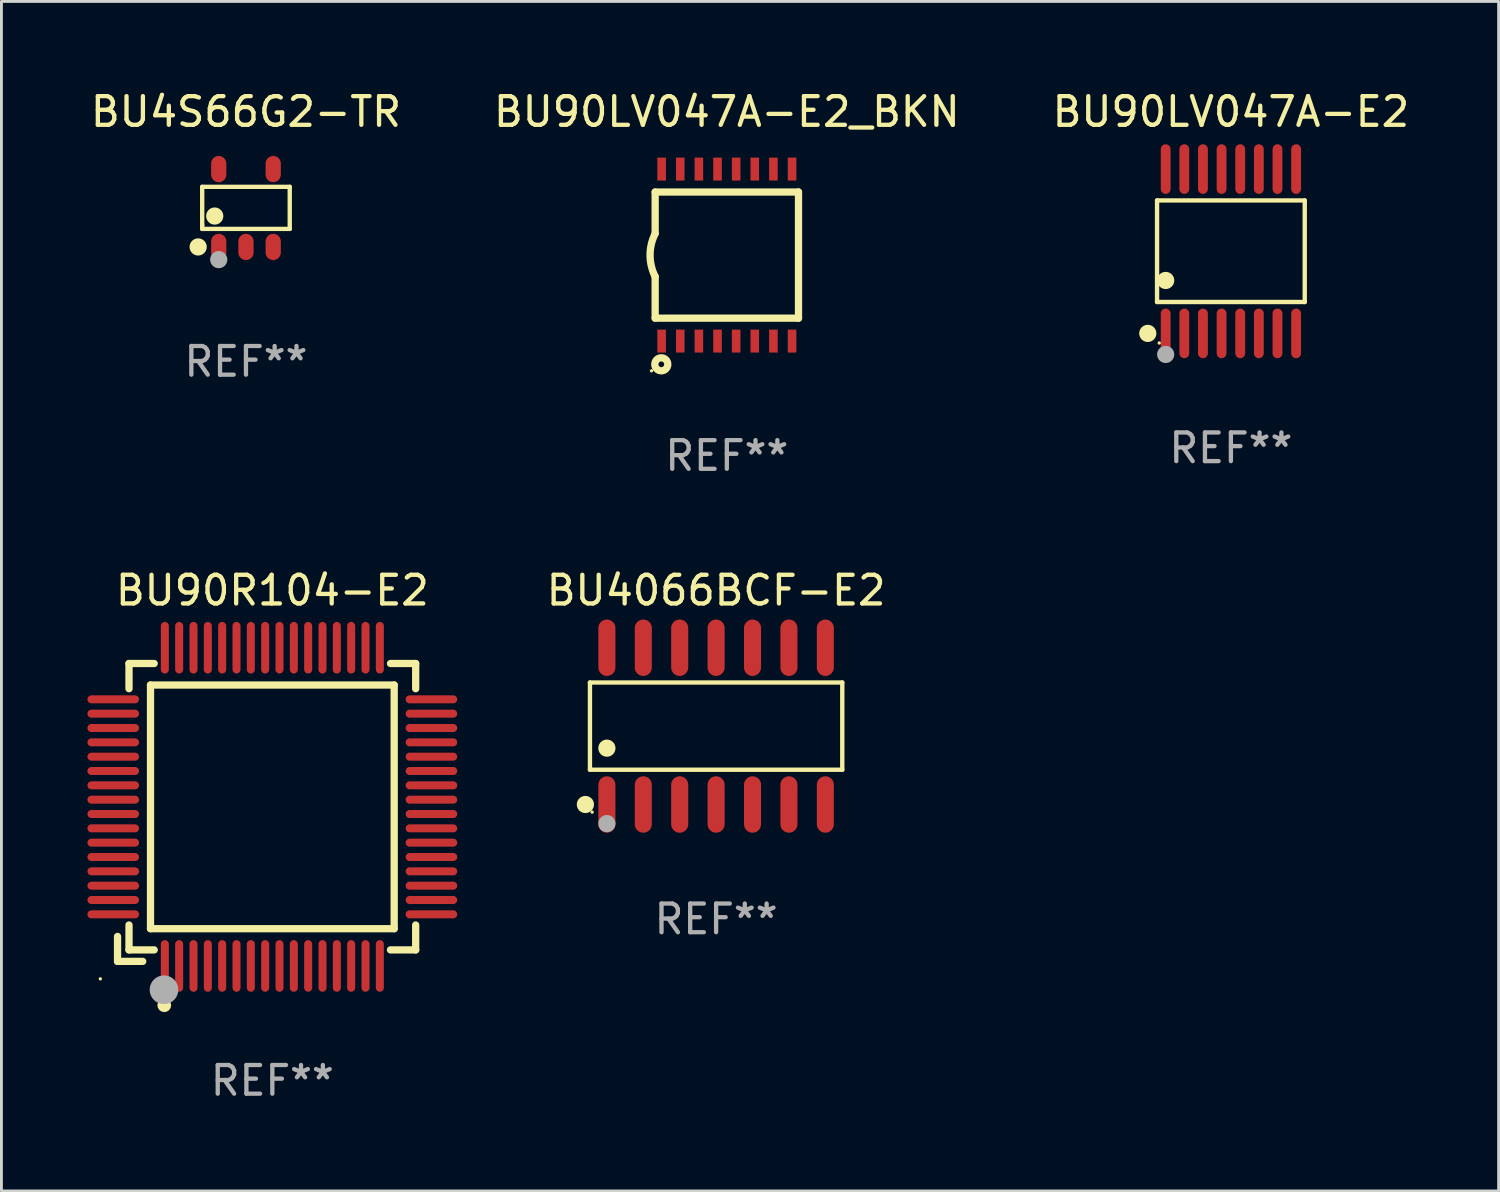
<source format=kicad_pcb>
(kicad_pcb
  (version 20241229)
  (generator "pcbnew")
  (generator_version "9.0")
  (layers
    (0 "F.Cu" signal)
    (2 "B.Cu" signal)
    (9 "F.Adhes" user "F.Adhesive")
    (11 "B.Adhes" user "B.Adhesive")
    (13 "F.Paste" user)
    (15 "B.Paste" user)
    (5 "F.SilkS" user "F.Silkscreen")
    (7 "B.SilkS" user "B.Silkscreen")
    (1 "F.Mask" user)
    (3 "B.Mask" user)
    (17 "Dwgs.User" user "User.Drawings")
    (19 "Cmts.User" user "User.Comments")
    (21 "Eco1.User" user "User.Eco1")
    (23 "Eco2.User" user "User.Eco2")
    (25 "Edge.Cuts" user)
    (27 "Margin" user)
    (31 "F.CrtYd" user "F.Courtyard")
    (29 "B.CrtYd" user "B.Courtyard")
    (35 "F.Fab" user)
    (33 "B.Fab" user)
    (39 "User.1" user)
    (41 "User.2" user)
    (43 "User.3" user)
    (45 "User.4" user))
  (footprint "BU90LV047A-E2"
    (layer "F.Cu")
    (at 39.887 5.714)
    (property "Reference" "BU90LV047A-E2" (at 0 -4.866 0) (layer "F.SilkS") (effects (font (size 1 1) (thickness 0.15))))
    (attr through_hole)
    (fp_line (start -2.576 -1.772) (end 2.576 -1.772) (stroke (width 0.152) (type solid)) (layer "F.SilkS"))
    (fp_line (start -2.576 1.771) (end -2.576 -1.772) (stroke (width 0.152) (type solid)) (layer "F.SilkS"))
    (fp_line (start 2.576 -1.772) (end 2.576 1.771) (stroke (width 0.152) (type solid)) (layer "F.SilkS"))
    (fp_line (start 2.576 1.771) (end -2.576 1.771) (stroke (width 0.152) (type solid)) (layer "F.SilkS"))
    (fp_circle (center -2.899 2.866) (end -2.749 2.866) (stroke (width 0.3) (type solid)) (fill no) (layer "F.SilkS"))
    (fp_circle (center -2.5 3.2) (end -2.47 3.2) (stroke (width 0.06) (type solid)) (fill no) (layer "F.SilkS"))
    (fp_circle (center -2.275 1.019) (end -2.125 1.019) (stroke (width 0.3) (type solid)) (fill no) (layer "F.SilkS"))
    (fp_circle (center -2.275 3.6) (end -2.125 3.6) (stroke (width 0.3) (type solid)) (fill no) (layer "F.Fab"))
    (fp_text user "REF**" (at 0 6.866 0) (layer "F.Fab") (effects (font (size 1 1) (thickness 0.15))))
    (pad "1" smd oval (at -2.275 2.866) (size 0.343 1.731) (layers "F.Cu" "F.Mask" "F.Paste"))
    (pad "2" smd oval (at -1.625 2.866) (size 0.343 1.731) (layers "F.Cu" "F.Mask" "F.Paste"))
    (pad "3" smd oval (at -0.975 2.866) (size 0.343 1.731) (layers "F.Cu" "F.Mask" "F.Paste"))
    (pad "4" smd oval (at -0.325 2.866) (size 0.343 1.731) (layers "F.Cu" "F.Mask" "F.Paste"))
    (pad "5" smd oval (at 0.325 2.866) (size 0.343 1.731) (layers "F.Cu" "F.Mask" "F.Paste"))
    (pad "6" smd oval (at 0.975 2.866) (size 0.343 1.731) (layers "F.Cu" "F.Mask" "F.Paste"))
    (pad "7" smd oval (at 1.625 2.866) (size 0.343 1.731) (layers "F.Cu" "F.Mask" "F.Paste"))
    (pad "8" smd oval (at 2.275 2.866) (size 0.343 1.731) (layers "F.Cu" "F.Mask" "F.Paste"))
    (pad "9" smd oval (at 2.275 -2.866) (size 0.343 1.731) (layers "F.Cu" "F.Mask" "F.Paste"))
    (pad "10" smd oval (at 1.625 -2.866) (size 0.343 1.731) (layers "F.Cu" "F.Mask" "F.Paste"))
    (pad "11" smd oval (at 0.975 -2.866) (size 0.343 1.731) (layers "F.Cu" "F.Mask" "F.Paste"))
    (pad "12" smd oval (at 0.325 -2.866) (size 0.343 1.731) (layers "F.Cu" "F.Mask" "F.Paste"))
    (pad "13" smd oval (at -0.325 -2.866) (size 0.343 1.731) (layers "F.Cu" "F.Mask" "F.Paste"))
    (pad "14" smd oval (at -0.975 -2.866) (size 0.343 1.731) (layers "F.Cu" "F.Mask" "F.Paste"))
    (pad "15" smd oval (at -1.625 -2.866) (size 0.343 1.731) (layers "F.Cu" "F.Mask" "F.Paste"))
    (pad "16" smd oval (at -2.275 -2.866) (size 0.343 1.731) (layers "F.Cu" "F.Mask" "F.Paste")))
  (footprint "BU90R104-E2"
    (layer "F.Cu")
    (at 6.45 25.095)
    (property "Reference" "BU90R104-E2" (at 0 -7.55 0) (layer "F.SilkS") (effects (font (size 1 1) (thickness 0.15))))
    (attr through_hole)
    (fp_line (start -5.4 4.521) (end -5.4 5.39) (stroke (width 0.254) (type solid)) (layer "F.SilkS"))
    (fp_line (start -5.4 5.39) (end -4.521 5.39) (stroke (width 0.254) (type solid)) (layer "F.SilkS"))
    (fp_line (start -5 -5) (end -5 -4.121) (stroke (width 0.254) (type solid)) (layer "F.SilkS"))
    (fp_line (start -5 4.121) (end -5 4.99) (stroke (width 0.254) (type solid)) (layer "F.SilkS"))
    (fp_line (start -5 4.99) (end -4.121 4.99) (stroke (width 0.254) (type solid)) (layer "F.SilkS"))
    (fp_line (start -4.25 -4.25) (end -4.25 4.25) (stroke (width 0.254) (type solid)) (layer "F.SilkS"))
    (fp_line (start -4.25 4.25) (end 4.25 4.25) (stroke (width 0.254) (type solid)) (layer "F.SilkS"))
    (fp_line (start -4.121 -5) (end -5 -5) (stroke (width 0.254) (type solid)) (layer "F.SilkS"))
    (fp_line (start 4.121 4.99) (end 5 4.99) (stroke (width 0.254) (type solid)) (layer "F.SilkS"))
    (fp_line (start 4.25 -4.25) (end -4.25 -4.25) (stroke (width 0.254) (type solid)) (layer "F.SilkS"))
    (fp_line (start 4.25 4.25) (end 4.25 -4.25) (stroke (width 0.254) (type solid)) (layer "F.SilkS"))
    (fp_line (start 5 -5) (end 4.121 -5) (stroke (width 0.254) (type solid)) (layer "F.SilkS"))
    (fp_line (start 5 -4.121) (end 5 -5) (stroke (width 0.254) (type solid)) (layer "F.SilkS"))
    (fp_line (start 5 4.99) (end 5 4.121) (stroke (width 0.254) (type solid)) (layer "F.SilkS"))
    (fp_circle (center -6 6) (end -5.97 6) (stroke (width 0.06) (type solid)) (fill no) (layer "F.SilkS"))
    (fp_circle (center -3.77 6.92) (end -3.65 6.92) (stroke (width 0.24) (type solid)) (fill no) (layer "F.SilkS"))
    (fp_circle (center -3.78 6.38) (end -3.53 6.38) (stroke (width 0.5) (type solid)) (fill no) (layer "F.Fab"))
    (fp_text user "REF**" (at 0 9.55 0) (layer "F.Fab") (effects (font (size 1 1) (thickness 0.15))))
    (pad "1" smd oval (at -3.75 5.55) (size 0.28 1.8) (layers "F.Cu" "F.Mask" "F.Paste"))
    (pad "2" smd oval (at -3.25 5.55) (size 0.28 1.8) (layers "F.Cu" "F.Mask" "F.Paste"))
    (pad "3" smd oval (at -2.75 5.55) (size 0.28 1.8) (layers "F.Cu" "F.Mask" "F.Paste"))
    (pad "4" smd oval (at -2.25 5.55) (size 0.28 1.8) (layers "F.Cu" "F.Mask" "F.Paste"))
    (pad "5" smd oval (at -1.75 5.55) (size 0.28 1.8) (layers "F.Cu" "F.Mask" "F.Paste"))
    (pad "6" smd oval (at -1.25 5.55) (size 0.28 1.8) (layers "F.Cu" "F.Mask" "F.Paste"))
    (pad "7" smd oval (at -0.75 5.55) (size 0.28 1.8) (layers "F.Cu" "F.Mask" "F.Paste"))
    (pad "8" smd oval (at -0.25 5.55) (size 0.28 1.8) (layers "F.Cu" "F.Mask" "F.Paste"))
    (pad "9" smd oval (at 0.25 5.55) (size 0.28 1.8) (layers "F.Cu" "F.Mask" "F.Paste"))
    (pad "10" smd oval (at 0.75 5.55) (size 0.28 1.8) (layers "F.Cu" "F.Mask" "F.Paste"))
    (pad "11" smd oval (at 1.25 5.55) (size 0.28 1.8) (layers "F.Cu" "F.Mask" "F.Paste"))
    (pad "12" smd oval (at 1.75 5.55) (size 0.28 1.8) (layers "F.Cu" "F.Mask" "F.Paste"))
    (pad "13" smd oval (at 2.25 5.55) (size 0.28 1.8) (layers "F.Cu" "F.Mask" "F.Paste"))
    (pad "14" smd oval (at 2.75 5.55) (size 0.28 1.8) (layers "F.Cu" "F.Mask" "F.Paste"))
    (pad "15" smd oval (at 3.25 5.55) (size 0.28 1.8) (layers "F.Cu" "F.Mask" "F.Paste"))
    (pad "16" smd oval (at 3.75 5.55) (size 0.28 1.8) (layers "F.Cu" "F.Mask" "F.Paste"))
    (pad "17" smd oval (at 5.55 3.75) (size 1.8 0.28) (layers "F.Cu" "F.Mask" "F.Paste"))
    (pad "18" smd oval (at 5.55 3.25) (size 1.8 0.28) (layers "F.Cu" "F.Mask" "F.Paste"))
    (pad "19" smd oval (at 5.55 2.75) (size 1.8 0.28) (layers "F.Cu" "F.Mask" "F.Paste"))
    (pad "20" smd oval (at 5.55 2.25) (size 1.8 0.28) (layers "F.Cu" "F.Mask" "F.Paste"))
    (pad "21" smd oval (at 5.55 1.75) (size 1.8 0.28) (layers "F.Cu" "F.Mask" "F.Paste"))
    (pad "22" smd oval (at 5.55 1.25) (size 1.8 0.28) (layers "F.Cu" "F.Mask" "F.Paste"))
    (pad "23" smd oval (at 5.55 0.75) (size 1.8 0.28) (layers "F.Cu" "F.Mask" "F.Paste"))
    (pad "24" smd oval (at 5.55 0.25) (size 1.8 0.28) (layers "F.Cu" "F.Mask" "F.Paste"))
    (pad "25" smd oval (at 5.55 -0.25) (size 1.8 0.28) (layers "F.Cu" "F.Mask" "F.Paste"))
    (pad "26" smd oval (at 5.55 -0.75) (size 1.8 0.28) (layers "F.Cu" "F.Mask" "F.Paste"))
    (pad "27" smd oval (at 5.55 -1.25) (size 1.8 0.28) (layers "F.Cu" "F.Mask" "F.Paste"))
    (pad "28" smd oval (at 5.55 -1.75) (size 1.8 0.28) (layers "F.Cu" "F.Mask" "F.Paste"))
    (pad "29" smd oval (at 5.55 -2.25) (size 1.8 0.28) (layers "F.Cu" "F.Mask" "F.Paste"))
    (pad "30" smd oval (at 5.55 -2.75) (size 1.8 0.28) (layers "F.Cu" "F.Mask" "F.Paste"))
    (pad "31" smd oval (at 5.55 -3.25) (size 1.8 0.28) (layers "F.Cu" "F.Mask" "F.Paste"))
    (pad "32" smd oval (at 5.55 -3.75) (size 1.8 0.28) (layers "F.Cu" "F.Mask" "F.Paste"))
    (pad "33" smd oval (at 3.75 -5.55) (size 0.28 1.8) (layers "F.Cu" "F.Mask" "F.Paste"))
    (pad "34" smd oval (at 3.25 -5.55) (size 0.28 1.8) (layers "F.Cu" "F.Mask" "F.Paste"))
    (pad "35" smd oval (at 2.75 -5.55) (size 0.28 1.8) (layers "F.Cu" "F.Mask" "F.Paste"))
    (pad "36" smd oval (at 2.25 -5.55) (size 0.28 1.8) (layers "F.Cu" "F.Mask" "F.Paste"))
    (pad "37" smd oval (at 1.75 -5.55) (size 0.28 1.8) (layers "F.Cu" "F.Mask" "F.Paste"))
    (pad "38" smd oval (at 1.25 -5.55) (size 0.28 1.8) (layers "F.Cu" "F.Mask" "F.Paste"))
    (pad "39" smd oval (at 0.75 -5.55) (size 0.28 1.8) (layers "F.Cu" "F.Mask" "F.Paste"))
    (pad "40" smd oval (at 0.25 -5.55) (size 0.28 1.8) (layers "F.Cu" "F.Mask" "F.Paste"))
    (pad "41" smd oval (at -0.25 -5.55) (size 0.28 1.8) (layers "F.Cu" "F.Mask" "F.Paste"))
    (pad "42" smd oval (at -0.75 -5.55) (size 0.28 1.8) (layers "F.Cu" "F.Mask" "F.Paste"))
    (pad "43" smd oval (at -1.25 -5.55) (size 0.28 1.8) (layers "F.Cu" "F.Mask" "F.Paste"))
    (pad "44" smd oval (at -1.75 -5.55) (size 0.28 1.8) (layers "F.Cu" "F.Mask" "F.Paste"))
    (pad "45" smd oval (at -2.25 -5.55) (size 0.28 1.8) (layers "F.Cu" "F.Mask" "F.Paste"))
    (pad "46" smd oval (at -2.75 -5.55) (size 0.28 1.8) (layers "F.Cu" "F.Mask" "F.Paste"))
    (pad "47" smd oval (at -3.25 -5.55) (size 0.28 1.8) (layers "F.Cu" "F.Mask" "F.Paste"))
    (pad "48" smd oval (at -3.75 -5.55) (size 0.28 1.8) (layers "F.Cu" "F.Mask" "F.Paste"))
    (pad "49" smd oval (at -5.55 -3.75) (size 1.8 0.28) (layers "F.Cu" "F.Mask" "F.Paste"))
    (pad "50" smd oval (at -5.55 -3.25) (size 1.8 0.28) (layers "F.Cu" "F.Mask" "F.Paste"))
    (pad "51" smd oval (at -5.55 -2.75) (size 1.8 0.28) (layers "F.Cu" "F.Mask" "F.Paste"))
    (pad "52" smd oval (at -5.55 -2.25) (size 1.8 0.28) (layers "F.Cu" "F.Mask" "F.Paste"))
    (pad "53" smd oval (at -5.55 -1.75) (size 1.8 0.28) (layers "F.Cu" "F.Mask" "F.Paste"))
    (pad "54" smd oval (at -5.55 -1.25) (size 1.8 0.28) (layers "F.Cu" "F.Mask" "F.Paste"))
    (pad "55" smd oval (at -5.55 -0.75) (size 1.8 0.28) (layers "F.Cu" "F.Mask" "F.Paste"))
    (pad "56" smd oval (at -5.55 -0.25) (size 1.8 0.28) (layers "F.Cu" "F.Mask" "F.Paste"))
    (pad "57" smd oval (at -5.55 0.25) (size 1.8 0.28) (layers "F.Cu" "F.Mask" "F.Paste"))
    (pad "58" smd oval (at -5.55 0.75) (size 1.8 0.28) (layers "F.Cu" "F.Mask" "F.Paste"))
    (pad "59" smd oval (at -5.55 1.25) (size 1.8 0.28) (layers "F.Cu" "F.Mask" "F.Paste"))
    (pad "60" smd oval (at -5.55 1.75) (size 1.8 0.28) (layers "F.Cu" "F.Mask" "F.Paste"))
    (pad "61" smd oval (at -5.55 2.25) (size 1.8 0.28) (layers "F.Cu" "F.Mask" "F.Paste"))
    (pad "62" smd oval (at -5.55 2.75) (size 1.8 0.28) (layers "F.Cu" "F.Mask" "F.Paste"))
    (pad "63" smd oval (at -5.55 3.25) (size 1.8 0.28) (layers "F.Cu" "F.Mask" "F.Paste"))
    (pad "64" smd oval (at -5.55 3.75) (size 1.8 0.28) (layers "F.Cu" "F.Mask" "F.Paste")))
  (footprint "BU90LV047A-E2_BKN"
    (layer "F.Cu")
    (at 22.304 5.848)
    (property "Reference" "BU90LV047A-E2_BKN" (at 0 -5 0) (layer "F.SilkS") (effects (font (size 1 1) (thickness 0.15))))
    (attr through_hole)
    (fp_line (start -2.5 -2.2) (end -2.5 -0.75) (stroke (width 0.254) (type solid)) (layer "F.SilkS"))
    (fp_line (start -2.5 -2.2) (end 2.5 -2.2) (stroke (width 0.254) (type solid)) (layer "F.SilkS"))
    (fp_line (start -2.5 2.2) (end -2.5 0.75) (stroke (width 0.254) (type solid)) (layer "F.SilkS"))
    (fp_line (start -2.5 2.2) (end 2.5 2.2) (stroke (width 0.254) (type solid)) (layer "F.SilkS"))
    (fp_line (start 2.5 -2.2) (end 2.5 2.2) (stroke (width 0.254) (type solid)) (layer "F.SilkS"))
    (fp_arc (start -2.501029 0.749556) (mid -2.677682 -0.000349) (end -2.500013 -0.750013) (stroke (width 0.254001) (type solid)) (layer "F.SilkS"))
    (fp_circle (center -2.628 4.037) (end -2.598 4.037) (stroke (width 0.06) (type solid)) (fill no) (layer "F.SilkS"))
    (fp_circle (center -2.286 3.81) (end -2.186 3.81) (stroke (width 0.254) (type solid)) (fill no) (layer "F.SilkS"))
    (fp_text user "REF**" (at 0 7 0) (layer "F.Fab") (effects (font (size 1 1) (thickness 0.15))))
    (pad "1" smd rect (at -2.275 3) (size 0.3 0.8) (layers "F.Cu" "F.Mask" "F.Paste"))
    (pad "2" smd rect (at -1.625 3) (size 0.3 0.8) (layers "F.Cu" "F.Mask" "F.Paste"))
    (pad "3" smd rect (at -0.975 3) (size 0.3 0.8) (layers "F.Cu" "F.Mask" "F.Paste"))
    (pad "4" smd rect (at -0.325 3) (size 0.3 0.8) (layers "F.Cu" "F.Mask" "F.Paste"))
    (pad "5" smd rect (at 0.325 3) (size 0.3 0.8) (layers "F.Cu" "F.Mask" "F.Paste"))
    (pad "6" smd rect (at 0.975 3) (size 0.3 0.8) (layers "F.Cu" "F.Mask" "F.Paste"))
    (pad "7" smd rect (at 1.625 3) (size 0.3 0.8) (layers "F.Cu" "F.Mask" "F.Paste"))
    (pad "8" smd rect (at 2.275 3) (size 0.3 0.8) (layers "F.Cu" "F.Mask" "F.Paste"))
    (pad "9" smd rect (at 2.275 -3) (size 0.3 0.8) (layers "F.Cu" "F.Mask" "F.Paste"))
    (pad "10" smd rect (at 1.625 -3) (size 0.3 0.8) (layers "F.Cu" "F.Mask" "F.Paste"))
    (pad "11" smd rect (at 0.975 -3) (size 0.3 0.8) (layers "F.Cu" "F.Mask" "F.Paste"))
    (pad "12" smd rect (at 0.325 -3) (size 0.3 0.8) (layers "F.Cu" "F.Mask" "F.Paste"))
    (pad "13" smd rect (at -0.325 -3) (size 0.3 0.8) (layers "F.Cu" "F.Mask" "F.Paste"))
    (pad "14" smd rect (at -0.975 -3) (size 0.3 0.8) (layers "F.Cu" "F.Mask" "F.Paste"))
    (pad "15" smd rect (at -1.625 -3) (size 0.3 0.8) (layers "F.Cu" "F.Mask" "F.Paste"))
    (pad "16" smd rect (at -2.275 -3) (size 0.3 0.8) (layers "F.Cu" "F.Mask" "F.Paste")))
  (footprint "BU4066BCF-E2"
    (layer "F.Cu")
    (at 21.93 22.279)
    (property "Reference" "BU4066BCF-E2" (at 0 -4.734 0) (layer "F.SilkS") (effects (font (size 1 1) (thickness 0.15))))
    (attr through_hole)
    (fp_line (start -4.401 -1.521) (end 4.401 -1.521) (stroke (width 0.152) (type solid)) (layer "F.SilkS"))
    (fp_line (start -4.401 1.521) (end -4.401 -1.521) (stroke (width 0.152) (type solid)) (layer "F.SilkS"))
    (fp_line (start 4.401 -1.521) (end 4.401 1.521) (stroke (width 0.152) (type solid)) (layer "F.SilkS"))
    (fp_line (start 4.401 1.521) (end -4.401 1.521) (stroke (width 0.152) (type solid)) (layer "F.SilkS"))
    (fp_circle (center -4.56 2.734) (end -4.41 2.734) (stroke (width 0.3) (type solid)) (fill no) (layer "F.SilkS"))
    (fp_circle (center -4.325 3) (end -4.295 3) (stroke (width 0.06) (type solid)) (fill no) (layer "F.SilkS"))
    (fp_circle (center -3.81 0.769) (end -3.66 0.769) (stroke (width 0.3) (type solid)) (fill no) (layer "F.SilkS"))
    (fp_circle (center -3.81 3.4) (end -3.66 3.4) (stroke (width 0.3) (type solid)) (fill no) (layer "F.Fab"))
    (fp_text user "REF**" (at 0 6.734 0) (layer "F.Fab") (effects (font (size 1 1) (thickness 0.15))))
    (pad "1" smd oval (at -3.81 2.734) (size 0.595 1.968) (layers "F.Cu" "F.Mask" "F.Paste"))
    (pad "2" smd oval (at -2.54 2.734) (size 0.595 1.968) (layers "F.Cu" "F.Mask" "F.Paste"))
    (pad "3" smd oval (at -1.27 2.734) (size 0.595 1.968) (layers "F.Cu" "F.Mask" "F.Paste"))
    (pad "4" smd oval (at 0 2.734) (size 0.595 1.968) (layers "F.Cu" "F.Mask" "F.Paste"))
    (pad "5" smd oval (at 1.27 2.734) (size 0.595 1.968) (layers "F.Cu" "F.Mask" "F.Paste"))
    (pad "6" smd oval (at 2.54 2.734) (size 0.595 1.968) (layers "F.Cu" "F.Mask" "F.Paste"))
    (pad "7" smd oval (at 3.81 2.734) (size 0.595 1.968) (layers "F.Cu" "F.Mask" "F.Paste"))
    (pad "8" smd oval (at 3.81 -2.734) (size 0.595 1.968) (layers "F.Cu" "F.Mask" "F.Paste"))
    (pad "9" smd oval (at 2.54 -2.734) (size 0.595 1.968) (layers "F.Cu" "F.Mask" "F.Paste"))
    (pad "10" smd oval (at 1.27 -2.734) (size 0.595 1.968) (layers "F.Cu" "F.Mask" "F.Paste"))
    (pad "11" smd oval (at 0 -2.734) (size 0.595 1.968) (layers "F.Cu" "F.Mask" "F.Paste"))
    (pad "12" smd oval (at -1.27 -2.734) (size 0.595 1.968) (layers "F.Cu" "F.Mask" "F.Paste"))
    (pad "13" smd oval (at -2.54 -2.734) (size 0.595 1.968) (layers "F.Cu" "F.Mask" "F.Paste"))
    (pad "14" smd oval (at -3.81 -2.734) (size 0.595 1.968) (layers "F.Cu" "F.Mask" "F.Paste")))
  (footprint "BU4S66G2-TR"
    (layer "F.Cu")
    (at 5.53 4.206)
    (property "Reference" "BU4S66G2-TR" (at 0 -3.358 0) (layer "F.SilkS") (effects (font (size 1 1) (thickness 0.15))))
    (attr through_hole)
    (fp_line (start -1.527 -0.739) (end 1.527 -0.739) (stroke (width 0.152) (type solid)) (layer "F.SilkS"))
    (fp_line (start -1.527 0.597) (end -1.527 -0.739) (stroke (width 0.152) (type solid)) (layer "F.SilkS"))
    (fp_line (start -1.527 0.729) (end -1.527 0.597) (stroke (width 0.152) (type solid)) (layer "F.SilkS"))
    (fp_line (start 1.527 -0.739) (end 1.527 0.729) (stroke (width 0.152) (type solid)) (layer "F.SilkS"))
    (fp_line (start 1.527 0.729) (end -1.527 0.729) (stroke (width 0.152) (type solid)) (layer "F.SilkS"))
    (fp_circle (center -1.668 1.358) (end -1.518 1.358) (stroke (width 0.3) (type solid)) (fill no) (layer "F.SilkS"))
    (fp_circle (center -1.45 1.4) (end -1.42 1.4) (stroke (width 0.06) (type solid)) (fill no) (layer "F.SilkS"))
    (fp_circle (center -1.09 0.28) (end -0.94 0.28) (stroke (width 0.3) (type solid)) (fill no) (layer "F.SilkS"))
    (fp_circle (center -0.95 1.8) (end -0.8 1.8) (stroke (width 0.3) (type solid)) (fill no) (layer "F.Fab"))
    (fp_text user "REF**" (at 0 5.358 0) (layer "F.Fab") (effects (font (size 1 1) (thickness 0.15))))
    (pad "1" smd oval (at -0.95 1.358) (size 0.532 0.916) (layers "F.Cu" "F.Mask" "F.Paste"))
    (pad "2" smd oval (at 0 1.358) (size 0.532 0.916) (layers "F.Cu" "F.Mask" "F.Paste"))
    (pad "3" smd oval (at 0.95 1.358) (size 0.532 0.916) (layers "F.Cu" "F.Mask" "F.Paste"))
    (pad "4" smd oval (at 0.95 -1.358) (size 0.532 0.916) (layers "F.Cu" "F.Mask" "F.Paste"))
    (pad "5" smd oval (at -0.95 -1.358) (size 0.532 0.916) (layers "F.Cu" "F.Mask" "F.Paste")))
  (gr_rect
    (start -3 -3)
    (end 49.226 38.493)
    (stroke (width 0.1) (type default))
    (fill no)
    (layer "Edge.Cuts")))
</source>
